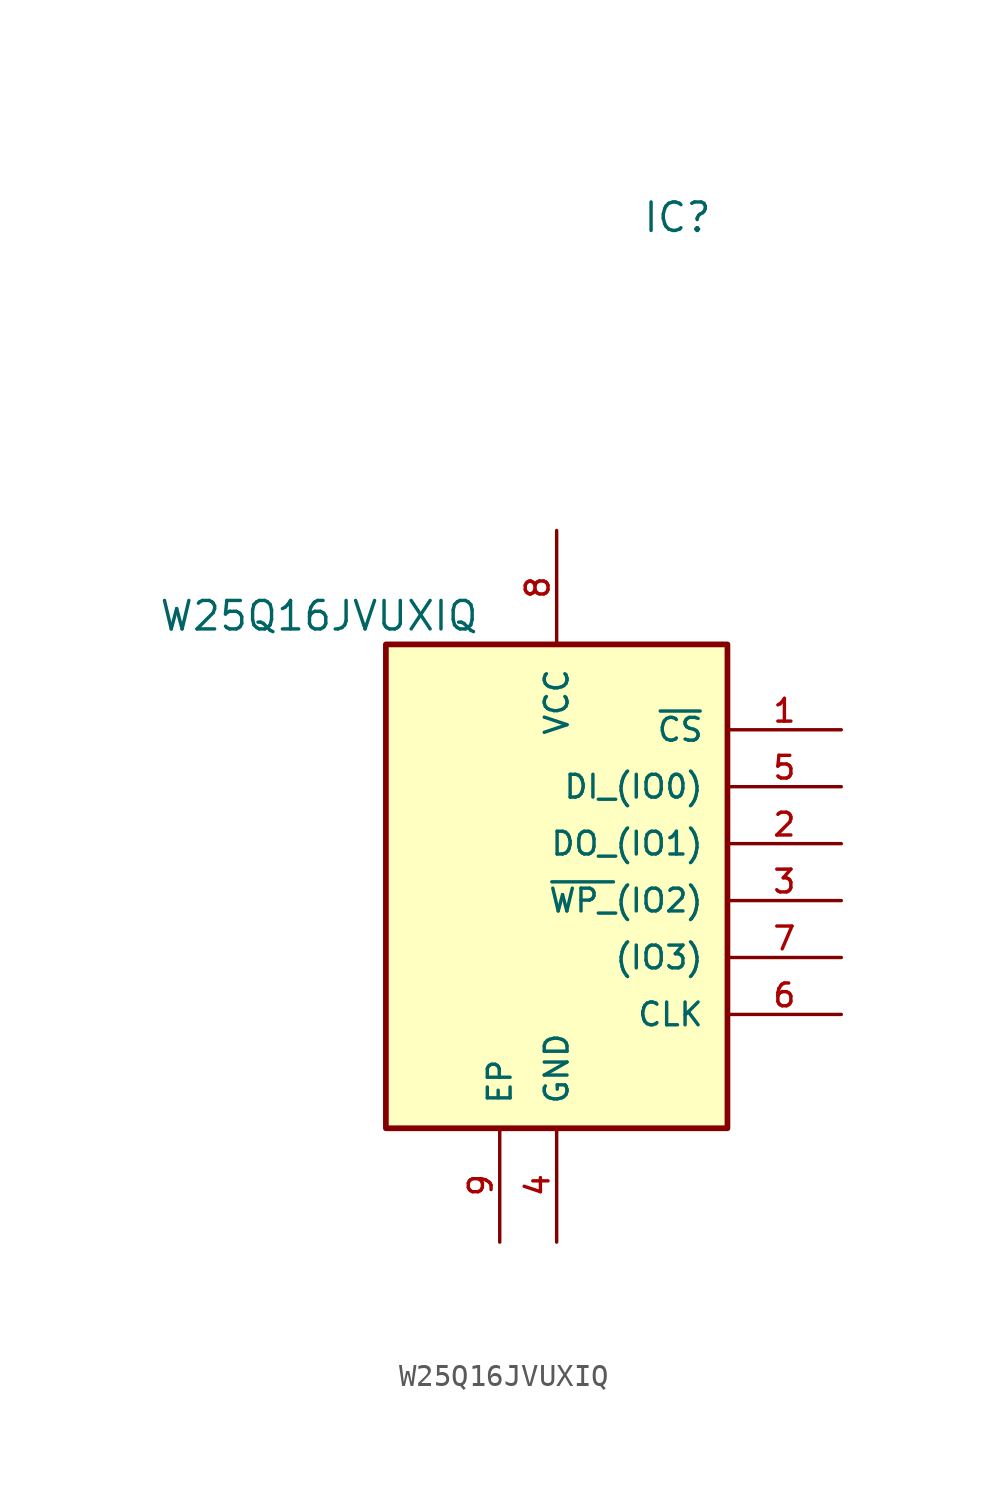
<source format=kicad_sym>
(kicad_symbol_lib
  (version 20220914)
  (generator kicad_symbol_editor)
  (symbol "W25Q16JVUXIQ"
    (pin_names
      (offset 1.016))
    (property "Reference" "IC"
      (at 3.81 27.94 0)
      (effects (font (size 1.27 1.27)) (justify left)))
    (property "Value" "W25Q16JVUXIQ"
      (at -17.78 10.16 0)
      (effects (font (size 1.27 1.27)) (justify left)))
    (symbol "W25Q16JVUXIQ_0_0"
      (rectangle (start -7.62 8.89) (end 7.62 -12.7) (stroke (width 0.254) (type default)) (fill (type background)))
      (pin bidirectional line (at 12.7 5.08 180) (length 5.08) (name "~{CS}" (effects (font (size 1.016 1.016)))) (number "1" (effects (font (size 1.016 1.016)))))
      (pin bidirectional line (at 12.7 0 180) (length 5.08) (name "DO_(IO1)" (effects (font (size 1.016 1.016)))) (number "2" (effects (font (size 1.016 1.016)))))
      (pin bidirectional line (at 12.7 -2.54 180) (length 5.08) (name "~{WP_}(IO2)" (effects (font (size 1.016 1.016)))) (number "3" (effects (font (size 1.016 1.016)))))
      (pin bidirectional line (at 0 -17.78 90) (length 5.08) (name "GND" (effects (font (size 1.016 1.016)))) (number "4" (effects (font (size 1.016 1.016)))))
      (pin bidirectional line (at 12.7 2.54 180) (length 5.08) (name "DI_(IO0)" (effects (font (size 1.016 1.016)))) (number "5" (effects (font (size 1.016 1.016)))))
      (pin bidirectional line (at 12.7 -7.62 180) (length 5.08) (name "CLK" (effects (font (size 1.016 1.016)))) (number "6" (effects (font (size 1.016 1.016)))))
      (pin bidirectional line (at 0 13.97 270) (length 5.08) (name "VCC" (effects (font (size 1.016 1.016)))) (number "8" (effects (font (size 1.016 1.016)))))
      (pin bidirectional line (at -2.54 -17.78 90) (length 5.08) (name "EP" (effects (font (size 1.016 1.016)))) (number "9" (effects (font (size 1.016 1.016))))))
    (symbol "W25Q16JVUXIQ_1_0"
      (pin bidirectional line (at 12.7 -5.08 180) (length 5.08) (name "(IO3)" (effects (font (size 1.016 1.016)))) (number "7" (effects (font (size 1.016 1.016))))))))
</source>
